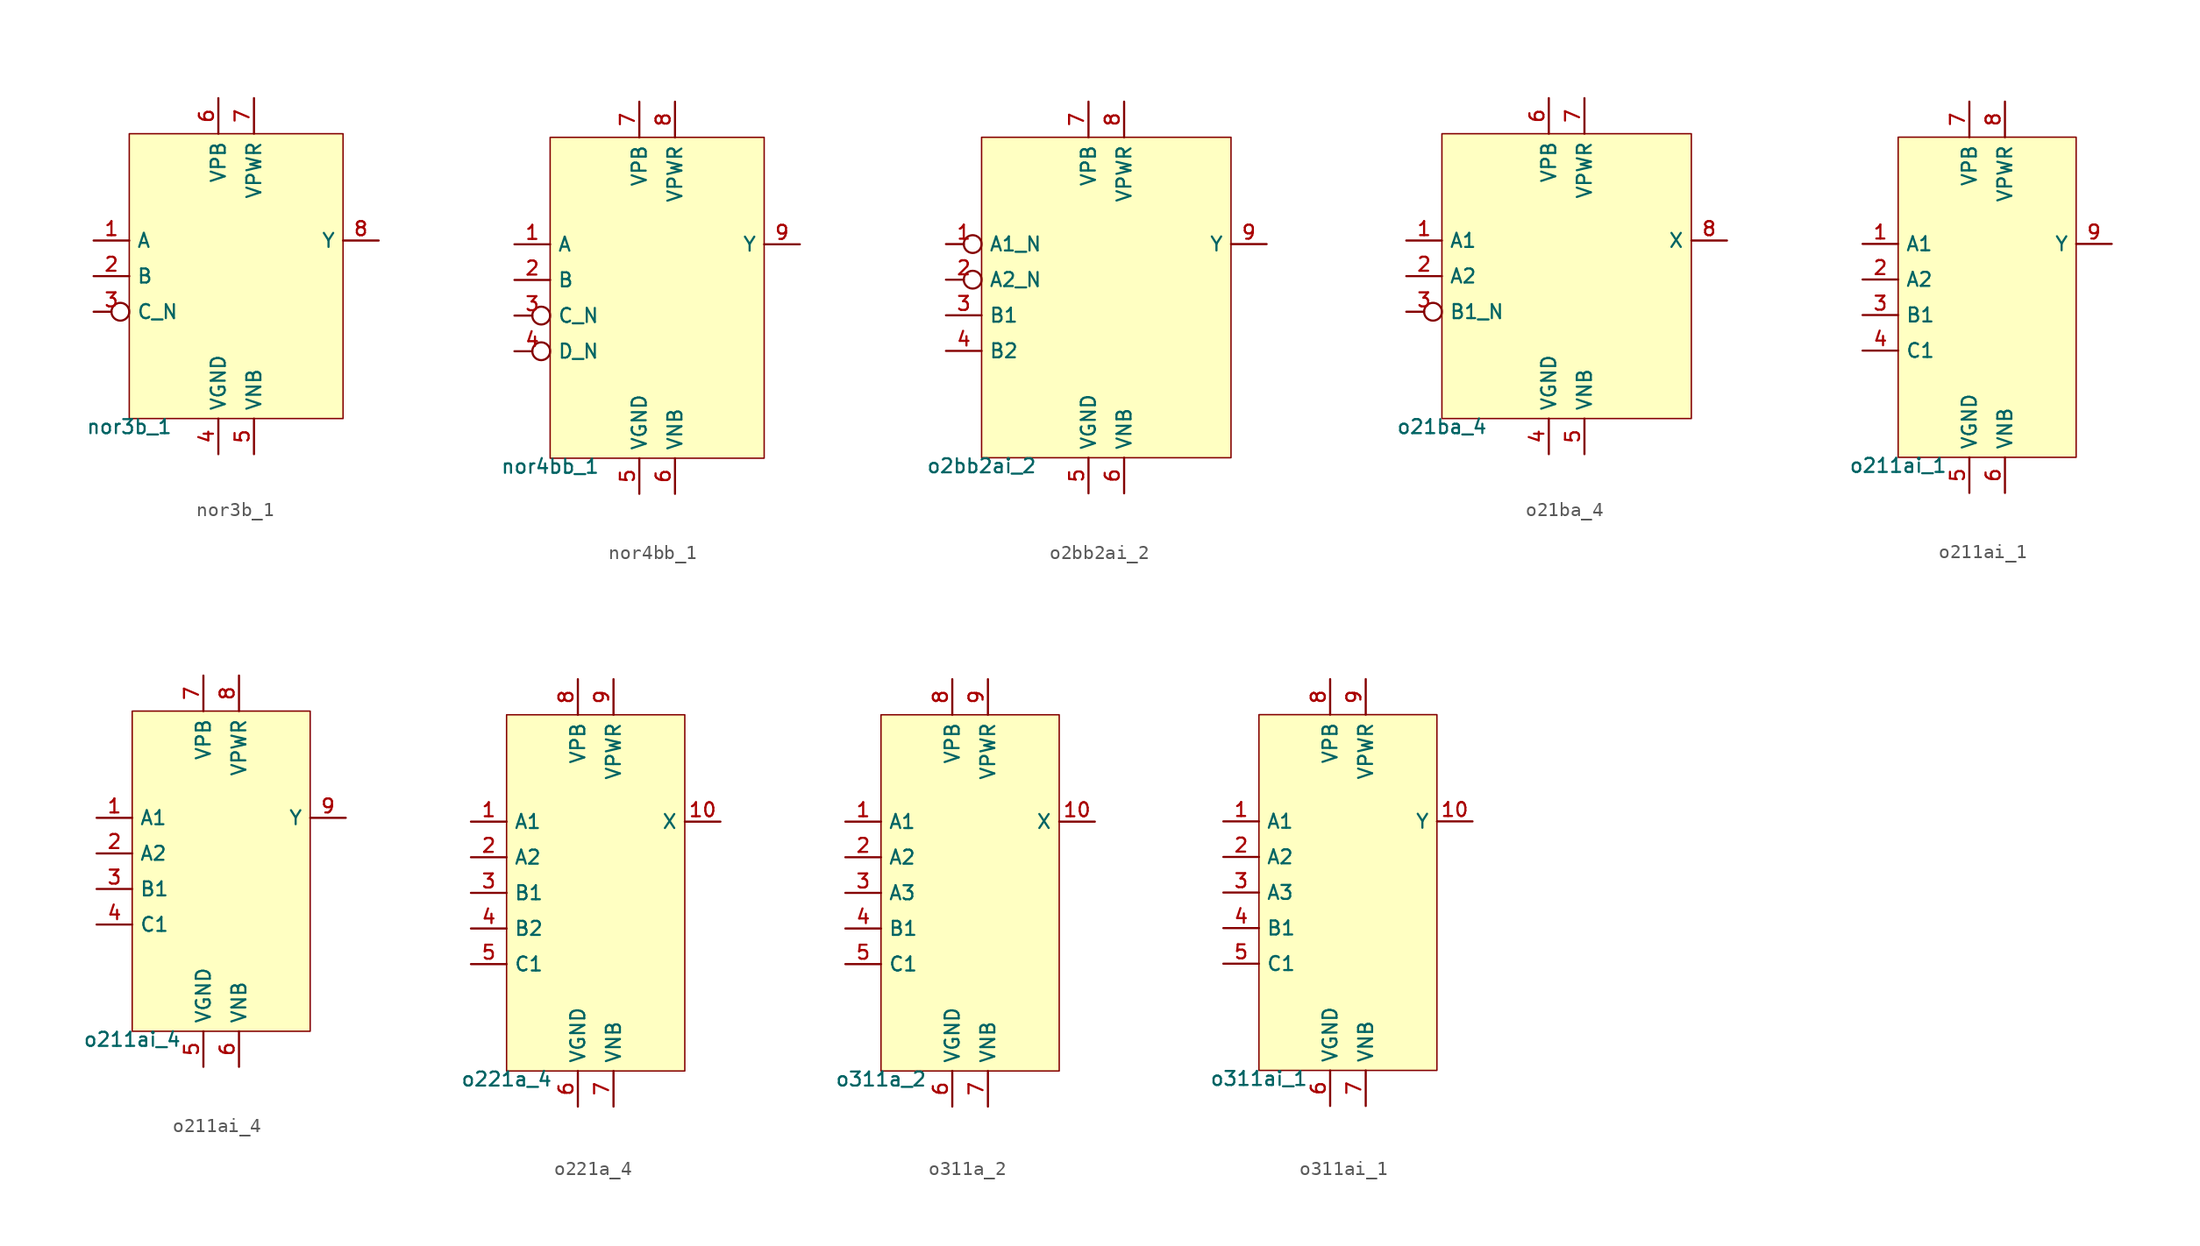
<source format=kicad_sym>
(kicad_symbol_lib
  (version 20211014)
  (generator pdk2kicad)
  (symbol "nor3b_1"
    (property "Reference" "X"
      (at 0 0 0)
      (effects (font (size 1 1)) hide))
    (property "Value" "nor3b_1"
      (at -7.62 -10.16 0)
      (effects (font (size 1 1)) (justify top)))
    (rectangle
      (start -7.62 -10.16)
      (end 7.62 10.16)
      (stroke (width 0.1) (type solid) (color 0 0 0 0))
      (fill (type background)))
    (pin input line
      (at -10.16 2.54 0)
      (length 2.54)
      (name "A" (effects (font (size 1 1)) hide))
      (number "1" (effects (font (size 1 1)) hide)))
    (pin input line
      (at -10.16 0.0 0)
      (length 2.54)
      (name "B" (effects (font (size 1 1)) hide))
      (number "2" (effects (font (size 1 1)) hide)))
    (pin input inverted
      (at -10.16 -2.54 0)
      (length 2.54)
      (name "C_N" (effects (font (size 1 1)) hide))
      (number "3" (effects (font (size 1 1)) hide)))
    (pin power_in line
      (at -1.27 -12.7 90)
      (length 2.54)
      (name "VGND" (effects (font (size 1 1)) hide))
      (number "4" (effects (font (size 1 1)) hide)))
    (pin power_in line
      (at 1.27 -12.7 90)
      (length 2.54)
      (name "VNB" (effects (font (size 1 1)) hide))
      (number "5" (effects (font (size 1 1)) hide)))
    (pin power_in line
      (at -1.27 12.7 270)
      (length 2.54)
      (name "VPB" (effects (font (size 1 1)) hide))
      (number "6" (effects (font (size 1 1)) hide)))
    (pin power_in line
      (at 1.27 12.7 270)
      (length 2.54)
      (name "VPWR" (effects (font (size 1 1)) hide))
      (number "7" (effects (font (size 1 1)) hide)))
    (pin output line
      (at 10.16 2.54 180)
      (length 2.54)
      (name "Y" (effects (font (size 1 1)) hide))
      (number "8" (effects (font (size 1 1)) hide))))
  (symbol "nor4bb_1"
    (property "Reference" "X"
      (at 0 0 0)
      (effects (font (size 1 1)) hide))
    (property "Value" "nor4bb_1"
      (at -7.62 -11.43 0)
      (effects (font (size 1 1)) (justify top)))
    (rectangle
      (start -7.62 -11.43)
      (end 7.62 11.43)
      (stroke (width 0.1) (type solid) (color 0 0 0 0))
      (fill (type background)))
    (pin input line
      (at -10.16 3.81 0)
      (length 2.54)
      (name "A" (effects (font (size 1 1)) hide))
      (number "1" (effects (font (size 1 1)) hide)))
    (pin input line
      (at -10.16 1.27 0)
      (length 2.54)
      (name "B" (effects (font (size 1 1)) hide))
      (number "2" (effects (font (size 1 1)) hide)))
    (pin input inverted
      (at -10.16 -1.27 0)
      (length 2.54)
      (name "C_N" (effects (font (size 1 1)) hide))
      (number "3" (effects (font (size 1 1)) hide)))
    (pin input inverted
      (at -10.16 -3.81 0)
      (length 2.54)
      (name "D_N" (effects (font (size 1 1)) hide))
      (number "4" (effects (font (size 1 1)) hide)))
    (pin power_in line
      (at -1.27 -13.97 90)
      (length 2.54)
      (name "VGND" (effects (font (size 1 1)) hide))
      (number "5" (effects (font (size 1 1)) hide)))
    (pin power_in line
      (at 1.27 -13.97 90)
      (length 2.54)
      (name "VNB" (effects (font (size 1 1)) hide))
      (number "6" (effects (font (size 1 1)) hide)))
    (pin power_in line
      (at -1.27 13.97 270)
      (length 2.54)
      (name "VPB" (effects (font (size 1 1)) hide))
      (number "7" (effects (font (size 1 1)) hide)))
    (pin power_in line
      (at 1.27 13.97 270)
      (length 2.54)
      (name "VPWR" (effects (font (size 1 1)) hide))
      (number "8" (effects (font (size 1 1)) hide)))
    (pin output line
      (at 10.16 3.81 180)
      (length 2.54)
      (name "Y" (effects (font (size 1 1)) hide))
      (number "9" (effects (font (size 1 1)) hide))))
  (symbol "o2bb2ai_2"
    (property "Reference" "X"
      (at 0 0 0)
      (effects (font (size 1 1)) hide))
    (property "Value" "o2bb2ai_2"
      (at -8.89 -11.43 0)
      (effects (font (size 1 1)) (justify top)))
    (rectangle
      (start -8.89 -11.43)
      (end 8.89 11.43)
      (stroke (width 0.1) (type solid) (color 0 0 0 0))
      (fill (type background)))
    (pin input inverted
      (at -11.43 3.81 0)
      (length 2.54)
      (name "A1_N" (effects (font (size 1 1)) hide))
      (number "1" (effects (font (size 1 1)) hide)))
    (pin input inverted
      (at -11.43 1.27 0)
      (length 2.54)
      (name "A2_N" (effects (font (size 1 1)) hide))
      (number "2" (effects (font (size 1 1)) hide)))
    (pin input line
      (at -11.43 -1.27 0)
      (length 2.54)
      (name "B1" (effects (font (size 1 1)) hide))
      (number "3" (effects (font (size 1 1)) hide)))
    (pin input line
      (at -11.43 -3.81 0)
      (length 2.54)
      (name "B2" (effects (font (size 1 1)) hide))
      (number "4" (effects (font (size 1 1)) hide)))
    (pin power_in line
      (at -1.27 -13.97 90)
      (length 2.54)
      (name "VGND" (effects (font (size 1 1)) hide))
      (number "5" (effects (font (size 1 1)) hide)))
    (pin power_in line
      (at 1.27 -13.97 90)
      (length 2.54)
      (name "VNB" (effects (font (size 1 1)) hide))
      (number "6" (effects (font (size 1 1)) hide)))
    (pin power_in line
      (at -1.27 13.97 270)
      (length 2.54)
      (name "VPB" (effects (font (size 1 1)) hide))
      (number "7" (effects (font (size 1 1)) hide)))
    (pin power_in line
      (at 1.27 13.97 270)
      (length 2.54)
      (name "VPWR" (effects (font (size 1 1)) hide))
      (number "8" (effects (font (size 1 1)) hide)))
    (pin output line
      (at 11.43 3.81 180)
      (length 2.54)
      (name "Y" (effects (font (size 1 1)) hide))
      (number "9" (effects (font (size 1 1)) hide))))
  (symbol "o21ba_4"
    (property "Reference" "X"
      (at 0 0 0)
      (effects (font (size 1 1)) hide))
    (property "Value" "o21ba_4"
      (at -8.89 -10.16 0)
      (effects (font (size 1 1)) (justify top)))
    (rectangle
      (start -8.89 -10.16)
      (end 8.89 10.16)
      (stroke (width 0.1) (type solid) (color 0 0 0 0))
      (fill (type background)))
    (pin input line
      (at -11.43 2.54 0)
      (length 2.54)
      (name "A1" (effects (font (size 1 1)) hide))
      (number "1" (effects (font (size 1 1)) hide)))
    (pin input line
      (at -11.43 0.0 0)
      (length 2.54)
      (name "A2" (effects (font (size 1 1)) hide))
      (number "2" (effects (font (size 1 1)) hide)))
    (pin input inverted
      (at -11.43 -2.54 0)
      (length 2.54)
      (name "B1_N" (effects (font (size 1 1)) hide))
      (number "3" (effects (font (size 1 1)) hide)))
    (pin power_in line
      (at -1.27 -12.7 90)
      (length 2.54)
      (name "VGND" (effects (font (size 1 1)) hide))
      (number "4" (effects (font (size 1 1)) hide)))
    (pin power_in line
      (at 1.27 -12.7 90)
      (length 2.54)
      (name "VNB" (effects (font (size 1 1)) hide))
      (number "5" (effects (font (size 1 1)) hide)))
    (pin power_in line
      (at -1.27 12.7 270)
      (length 2.54)
      (name "VPB" (effects (font (size 1 1)) hide))
      (number "6" (effects (font (size 1 1)) hide)))
    (pin power_in line
      (at 1.27 12.7 270)
      (length 2.54)
      (name "VPWR" (effects (font (size 1 1)) hide))
      (number "7" (effects (font (size 1 1)) hide)))
    (pin output line
      (at 11.43 2.54 180)
      (length 2.54)
      (name "X" (effects (font (size 1 1)) hide))
      (number "8" (effects (font (size 1 1)) hide))))
  (symbol "o211ai_1"
    (property "Reference" "X"
      (at 0 0 0)
      (effects (font (size 1 1)) hide))
    (property "Value" "o211ai_1"
      (at -6.35 -11.43 0)
      (effects (font (size 1 1)) (justify top)))
    (rectangle
      (start -6.35 -11.43)
      (end 6.35 11.43)
      (stroke (width 0.1) (type solid) (color 0 0 0 0))
      (fill (type background)))
    (pin input line
      (at -8.89 3.81 0)
      (length 2.54)
      (name "A1" (effects (font (size 1 1)) hide))
      (number "1" (effects (font (size 1 1)) hide)))
    (pin input line
      (at -8.89 1.27 0)
      (length 2.54)
      (name "A2" (effects (font (size 1 1)) hide))
      (number "2" (effects (font (size 1 1)) hide)))
    (pin input line
      (at -8.89 -1.27 0)
      (length 2.54)
      (name "B1" (effects (font (size 1 1)) hide))
      (number "3" (effects (font (size 1 1)) hide)))
    (pin input line
      (at -8.89 -3.81 0)
      (length 2.54)
      (name "C1" (effects (font (size 1 1)) hide))
      (number "4" (effects (font (size 1 1)) hide)))
    (pin power_in line
      (at -1.27 -13.97 90)
      (length 2.54)
      (name "VGND" (effects (font (size 1 1)) hide))
      (number "5" (effects (font (size 1 1)) hide)))
    (pin power_in line
      (at 1.27 -13.97 90)
      (length 2.54)
      (name "VNB" (effects (font (size 1 1)) hide))
      (number "6" (effects (font (size 1 1)) hide)))
    (pin power_in line
      (at -1.27 13.97 270)
      (length 2.54)
      (name "VPB" (effects (font (size 1 1)) hide))
      (number "7" (effects (font (size 1 1)) hide)))
    (pin power_in line
      (at 1.27 13.97 270)
      (length 2.54)
      (name "VPWR" (effects (font (size 1 1)) hide))
      (number "8" (effects (font (size 1 1)) hide)))
    (pin output line
      (at 8.89 3.81 180)
      (length 2.54)
      (name "Y" (effects (font (size 1 1)) hide))
      (number "9" (effects (font (size 1 1)) hide))))
  (symbol "o211ai_4"
    (property "Reference" "X"
      (at 0 0 0)
      (effects (font (size 1 1)) hide))
    (property "Value" "o211ai_4"
      (at -6.35 -11.43 0)
      (effects (font (size 1 1)) (justify top)))
    (rectangle
      (start -6.35 -11.43)
      (end 6.35 11.43)
      (stroke (width 0.1) (type solid) (color 0 0 0 0))
      (fill (type background)))
    (pin input line
      (at -8.89 3.81 0)
      (length 2.54)
      (name "A1" (effects (font (size 1 1)) hide))
      (number "1" (effects (font (size 1 1)) hide)))
    (pin input line
      (at -8.89 1.27 0)
      (length 2.54)
      (name "A2" (effects (font (size 1 1)) hide))
      (number "2" (effects (font (size 1 1)) hide)))
    (pin input line
      (at -8.89 -1.27 0)
      (length 2.54)
      (name "B1" (effects (font (size 1 1)) hide))
      (number "3" (effects (font (size 1 1)) hide)))
    (pin input line
      (at -8.89 -3.81 0)
      (length 2.54)
      (name "C1" (effects (font (size 1 1)) hide))
      (number "4" (effects (font (size 1 1)) hide)))
    (pin power_in line
      (at -1.27 -13.97 90)
      (length 2.54)
      (name "VGND" (effects (font (size 1 1)) hide))
      (number "5" (effects (font (size 1 1)) hide)))
    (pin power_in line
      (at 1.27 -13.97 90)
      (length 2.54)
      (name "VNB" (effects (font (size 1 1)) hide))
      (number "6" (effects (font (size 1 1)) hide)))
    (pin power_in line
      (at -1.27 13.97 270)
      (length 2.54)
      (name "VPB" (effects (font (size 1 1)) hide))
      (number "7" (effects (font (size 1 1)) hide)))
    (pin power_in line
      (at 1.27 13.97 270)
      (length 2.54)
      (name "VPWR" (effects (font (size 1 1)) hide))
      (number "8" (effects (font (size 1 1)) hide)))
    (pin output line
      (at 8.89 3.81 180)
      (length 2.54)
      (name "Y" (effects (font (size 1 1)) hide))
      (number "9" (effects (font (size 1 1)) hide))))
  (symbol "o221a_4"
    (property "Reference" "X"
      (at 0 0 0)
      (effects (font (size 1 1)) hide))
    (property "Value" "o221a_4"
      (at -6.35 -12.7 0)
      (effects (font (size 1 1)) (justify top)))
    (rectangle
      (start -6.35 -12.7)
      (end 6.35 12.7)
      (stroke (width 0.1) (type solid) (color 0 0 0 0))
      (fill (type background)))
    (pin input line
      (at -8.89 5.08 0)
      (length 2.54)
      (name "A1" (effects (font (size 1 1)) hide))
      (number "1" (effects (font (size 1 1)) hide)))
    (pin input line
      (at -8.89 2.54 0)
      (length 2.54)
      (name "A2" (effects (font (size 1 1)) hide))
      (number "2" (effects (font (size 1 1)) hide)))
    (pin input line
      (at -8.89 -8.881784197001252e-16 0)
      (length 2.54)
      (name "B1" (effects (font (size 1 1)) hide))
      (number "3" (effects (font (size 1 1)) hide)))
    (pin input line
      (at -8.89 -2.54 0)
      (length 2.54)
      (name "B2" (effects (font (size 1 1)) hide))
      (number "4" (effects (font (size 1 1)) hide)))
    (pin input line
      (at -8.89 -5.08 0)
      (length 2.54)
      (name "C1" (effects (font (size 1 1)) hide))
      (number "5" (effects (font (size 1 1)) hide)))
    (pin power_in line
      (at -1.27 -15.24 90)
      (length 2.54)
      (name "VGND" (effects (font (size 1 1)) hide))
      (number "6" (effects (font (size 1 1)) hide)))
    (pin power_in line
      (at 1.27 -15.24 90)
      (length 2.54)
      (name "VNB" (effects (font (size 1 1)) hide))
      (number "7" (effects (font (size 1 1)) hide)))
    (pin power_in line
      (at -1.27 15.24 270)
      (length 2.54)
      (name "VPB" (effects (font (size 1 1)) hide))
      (number "8" (effects (font (size 1 1)) hide)))
    (pin power_in line
      (at 1.27 15.24 270)
      (length 2.54)
      (name "VPWR" (effects (font (size 1 1)) hide))
      (number "9" (effects (font (size 1 1)) hide)))
    (pin output line
      (at 8.89 5.08 180)
      (length 2.54)
      (name "X" (effects (font (size 1 1)) hide))
      (number "10" (effects (font (size 1 1)) hide))))
  (symbol "o311a_2"
    (property "Reference" "X"
      (at 0 0 0)
      (effects (font (size 1 1)) hide))
    (property "Value" "o311a_2"
      (at -6.35 -12.7 0)
      (effects (font (size 1 1)) (justify top)))
    (rectangle
      (start -6.35 -12.7)
      (end 6.35 12.7)
      (stroke (width 0.1) (type solid) (color 0 0 0 0))
      (fill (type background)))
    (pin input line
      (at -8.89 5.08 0)
      (length 2.54)
      (name "A1" (effects (font (size 1 1)) hide))
      (number "1" (effects (font (size 1 1)) hide)))
    (pin input line
      (at -8.89 2.54 0)
      (length 2.54)
      (name "A2" (effects (font (size 1 1)) hide))
      (number "2" (effects (font (size 1 1)) hide)))
    (pin input line
      (at -8.89 -8.881784197001252e-16 0)
      (length 2.54)
      (name "A3" (effects (font (size 1 1)) hide))
      (number "3" (effects (font (size 1 1)) hide)))
    (pin input line
      (at -8.89 -2.54 0)
      (length 2.54)
      (name "B1" (effects (font (size 1 1)) hide))
      (number "4" (effects (font (size 1 1)) hide)))
    (pin input line
      (at -8.89 -5.08 0)
      (length 2.54)
      (name "C1" (effects (font (size 1 1)) hide))
      (number "5" (effects (font (size 1 1)) hide)))
    (pin power_in line
      (at -1.27 -15.24 90)
      (length 2.54)
      (name "VGND" (effects (font (size 1 1)) hide))
      (number "6" (effects (font (size 1 1)) hide)))
    (pin power_in line
      (at 1.27 -15.24 90)
      (length 2.54)
      (name "VNB" (effects (font (size 1 1)) hide))
      (number "7" (effects (font (size 1 1)) hide)))
    (pin power_in line
      (at -1.27 15.24 270)
      (length 2.54)
      (name "VPB" (effects (font (size 1 1)) hide))
      (number "8" (effects (font (size 1 1)) hide)))
    (pin power_in line
      (at 1.27 15.24 270)
      (length 2.54)
      (name "VPWR" (effects (font (size 1 1)) hide))
      (number "9" (effects (font (size 1 1)) hide)))
    (pin output line
      (at 8.89 5.08 180)
      (length 2.54)
      (name "X" (effects (font (size 1 1)) hide))
      (number "10" (effects (font (size 1 1)) hide))))
  (symbol "o311ai_1"
    (property "Reference" "X"
      (at 0 0 0)
      (effects (font (size 1 1)) hide))
    (property "Value" "o311ai_1"
      (at -6.35 -12.7 0)
      (effects (font (size 1 1)) (justify top)))
    (rectangle
      (start -6.35 -12.7)
      (end 6.35 12.7)
      (stroke (width 0.1) (type solid) (color 0 0 0 0))
      (fill (type background)))
    (pin input line
      (at -8.89 5.08 0)
      (length 2.54)
      (name "A1" (effects (font (size 1 1)) hide))
      (number "1" (effects (font (size 1 1)) hide)))
    (pin input line
      (at -8.89 2.54 0)
      (length 2.54)
      (name "A2" (effects (font (size 1 1)) hide))
      (number "2" (effects (font (size 1 1)) hide)))
    (pin input line
      (at -8.89 -8.881784197001252e-16 0)
      (length 2.54)
      (name "A3" (effects (font (size 1 1)) hide))
      (number "3" (effects (font (size 1 1)) hide)))
    (pin input line
      (at -8.89 -2.54 0)
      (length 2.54)
      (name "B1" (effects (font (size 1 1)) hide))
      (number "4" (effects (font (size 1 1)) hide)))
    (pin input line
      (at -8.89 -5.08 0)
      (length 2.54)
      (name "C1" (effects (font (size 1 1)) hide))
      (number "5" (effects (font (size 1 1)) hide)))
    (pin power_in line
      (at -1.27 -15.24 90)
      (length 2.54)
      (name "VGND" (effects (font (size 1 1)) hide))
      (number "6" (effects (font (size 1 1)) hide)))
    (pin power_in line
      (at 1.27 -15.24 90)
      (length 2.54)
      (name "VNB" (effects (font (size 1 1)) hide))
      (number "7" (effects (font (size 1 1)) hide)))
    (pin power_in line
      (at -1.27 15.24 270)
      (length 2.54)
      (name "VPB" (effects (font (size 1 1)) hide))
      (number "8" (effects (font (size 1 1)) hide)))
    (pin power_in line
      (at 1.27 15.24 270)
      (length 2.54)
      (name "VPWR" (effects (font (size 1 1)) hide))
      (number "9" (effects (font (size 1 1)) hide)))
    (pin output line
      (at 8.89 5.08 180)
      (length 2.54)
      (name "Y" (effects (font (size 1 1)) hide))
      (number "10" (effects (font (size 1 1)) hide)))))
</source>
